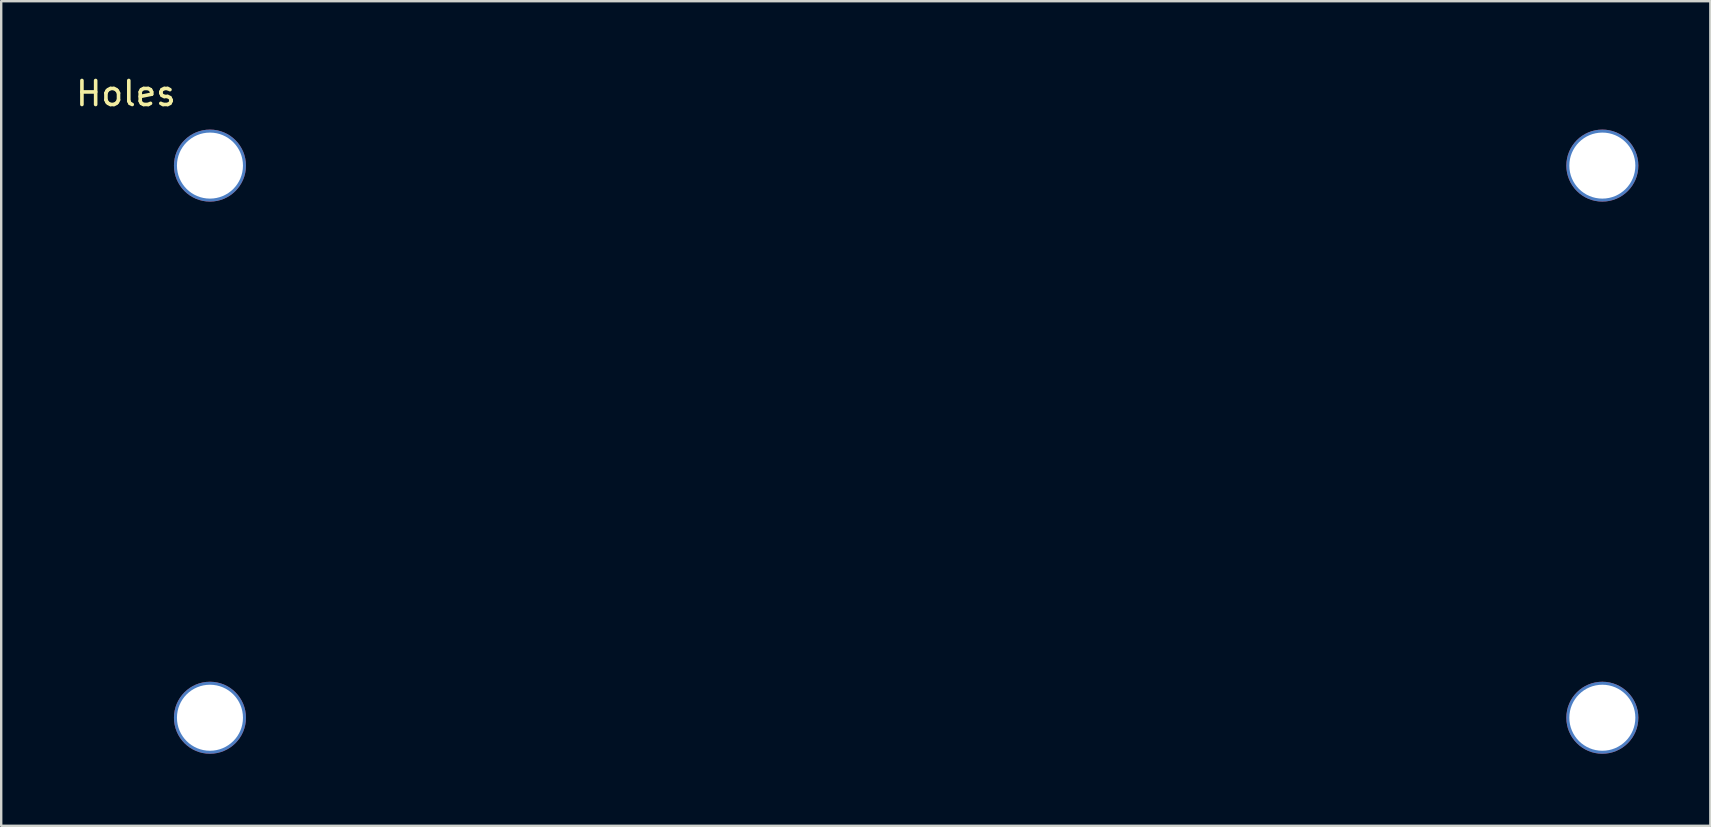
<source format=kicad_pcb>
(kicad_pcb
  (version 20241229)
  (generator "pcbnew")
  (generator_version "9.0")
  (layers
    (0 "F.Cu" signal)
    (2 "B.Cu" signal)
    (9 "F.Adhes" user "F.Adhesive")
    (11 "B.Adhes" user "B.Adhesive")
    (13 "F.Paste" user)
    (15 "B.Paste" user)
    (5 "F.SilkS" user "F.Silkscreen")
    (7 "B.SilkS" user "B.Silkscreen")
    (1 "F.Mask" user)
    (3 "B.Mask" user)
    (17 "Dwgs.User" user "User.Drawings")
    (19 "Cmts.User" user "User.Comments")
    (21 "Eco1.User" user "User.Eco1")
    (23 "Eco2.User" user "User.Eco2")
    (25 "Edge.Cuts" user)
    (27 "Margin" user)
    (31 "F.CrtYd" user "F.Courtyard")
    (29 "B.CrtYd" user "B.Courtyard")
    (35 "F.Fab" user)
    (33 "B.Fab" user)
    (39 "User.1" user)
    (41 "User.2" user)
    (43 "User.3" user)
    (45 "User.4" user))
  (footprint "Holes"
    (layer "F.Cu")
    (at 2.196 0.348)
    (property "Reference" "Holes" (at 0 0.5 0) (layer "F.SilkS") (effects (font (size 1 1) (thickness 0.15))))
    (attr through_hole)
    (pad "1" thru_hole circle (at 3.5 3.5) (size 3 3) (drill 2.75) (layers "*.Cu" "*.Mask"))
    (pad "1" thru_hole circle (at 3.5 26.5) (size 3 3) (drill 2.75) (layers "*.Cu" "*.Mask"))
    (pad "1" thru_hole circle (at 61.5 3.5) (size 3 3) (drill 2.75) (layers "*.Cu" "*.Mask"))
    (pad "1" thru_hole circle (at 61.5 26.5) (size 3 3) (drill 2.75) (layers "*.Cu" "*.Mask")))
  (gr_rect
    (start -3 -3)
    (end 68.196 31.348)
    (stroke (width 0.1) (type default))
    (fill no)
    (layer "Edge.Cuts")))
</source>
